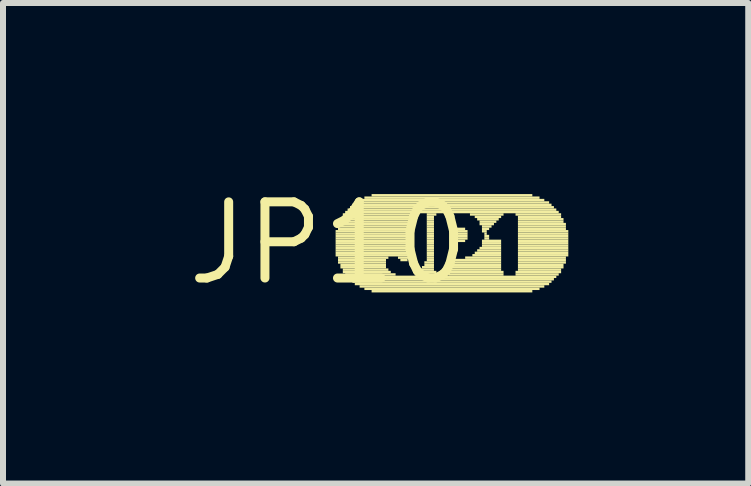
<source format=kicad_pcb>
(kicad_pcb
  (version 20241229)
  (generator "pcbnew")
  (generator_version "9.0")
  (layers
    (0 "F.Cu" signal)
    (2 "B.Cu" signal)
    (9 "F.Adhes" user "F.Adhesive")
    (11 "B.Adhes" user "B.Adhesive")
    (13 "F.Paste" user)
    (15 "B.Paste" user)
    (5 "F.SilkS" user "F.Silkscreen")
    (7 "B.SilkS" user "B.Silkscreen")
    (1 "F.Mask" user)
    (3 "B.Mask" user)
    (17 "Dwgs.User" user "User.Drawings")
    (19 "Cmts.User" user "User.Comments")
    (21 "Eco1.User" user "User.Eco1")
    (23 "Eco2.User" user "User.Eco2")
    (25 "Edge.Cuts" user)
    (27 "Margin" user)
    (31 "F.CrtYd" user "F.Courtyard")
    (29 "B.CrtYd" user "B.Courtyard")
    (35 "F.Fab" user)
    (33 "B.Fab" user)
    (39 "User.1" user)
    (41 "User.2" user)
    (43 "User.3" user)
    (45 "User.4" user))
  (footprint "JP10"
    (layer "F.Cu")
    (at 2.426 1.006)
    (property "Reference" "JP10" (at 0 0 0) (layer "F.SilkS") (effects (font (size 1.27 1.27) (thickness 0.15))))
    (attr through_hole)
    (fp_poly (pts (xy 0.12 -0.18) (xy 1.4 -0.18) (xy 1.4 -0.22) (xy 0.12 -0.22)) (stroke (width 0) (type solid)) (fill yes) (layer "F.SilkS"))
    (fp_poly (pts (xy 0.12 -0.14) (xy 1.4 -0.14) (xy 1.4 -0.18) (xy 0.12 -0.18)) (stroke (width 0) (type solid)) (fill yes) (layer "F.SilkS"))
    (fp_poly (pts (xy 0.12 -0.1) (xy 1.4 -0.1) (xy 1.4 -0.14) (xy 0.12 -0.14)) (stroke (width 0) (type solid)) (fill yes) (layer "F.SilkS"))
    (fp_poly (pts (xy 0.12 -0.06) (xy 1.4 -0.06) (xy 1.4 -0.1) (xy 0.12 -0.1)) (stroke (width 0) (type solid)) (fill yes) (layer "F.SilkS"))
    (fp_poly (pts (xy 0.12 -0.02) (xy 1.4 -0.02) (xy 1.4 -0.06) (xy 0.12 -0.06)) (stroke (width 0) (type solid)) (fill yes) (layer "F.SilkS"))
    (fp_poly (pts (xy 0.12 0.02) (xy 1.4 0.02) (xy 1.4 -0.02) (xy 0.12 -0.02)) (stroke (width 0) (type solid)) (fill yes) (layer "F.SilkS"))
    (fp_poly (pts (xy 0.12 0.06) (xy 1.4 0.06) (xy 1.4 0.02) (xy 0.12 0.02)) (stroke (width 0) (type solid)) (fill yes) (layer "F.SilkS"))
    (fp_poly (pts (xy 0.12 0.1) (xy 1.4 0.1) (xy 1.4 0.06) (xy 0.12 0.06)) (stroke (width 0) (type solid)) (fill yes) (layer "F.SilkS"))
    (fp_poly (pts (xy 0.12 0.14) (xy 1.4 0.14) (xy 1.4 0.1) (xy 0.12 0.1)) (stroke (width 0) (type solid)) (fill yes) (layer "F.SilkS"))
    (fp_poly (pts (xy 0.12 0.18) (xy 1.4 0.18) (xy 1.4 0.14) (xy 0.12 0.14)) (stroke (width 0) (type solid)) (fill yes) (layer "F.SilkS"))
    (fp_poly (pts (xy 0.12 0.22) (xy 1.4 0.22) (xy 1.4 0.18) (xy 0.12 0.18)) (stroke (width 0) (type solid)) (fill yes) (layer "F.SilkS"))
    (fp_poly (pts (xy 0.16 -0.3) (xy 1.4 -0.3) (xy 1.4 -0.34) (xy 0.16 -0.34)) (stroke (width 0) (type solid)) (fill yes) (layer "F.SilkS"))
    (fp_poly (pts (xy 0.16 -0.26) (xy 1.4 -0.26) (xy 1.4 -0.3) (xy 0.16 -0.3)) (stroke (width 0) (type solid)) (fill yes) (layer "F.SilkS"))
    (fp_poly (pts (xy 0.16 -0.22) (xy 1.4 -0.22) (xy 1.4 -0.26) (xy 0.16 -0.26)) (stroke (width 0) (type solid)) (fill yes) (layer "F.SilkS"))
    (fp_poly (pts (xy 0.16 0.26) (xy 1 0.26) (xy 1 0.22) (xy 0.16 0.22)) (stroke (width 0) (type solid)) (fill yes) (layer "F.SilkS"))
    (fp_poly (pts (xy 0.16 0.3) (xy 0.96 0.3) (xy 0.96 0.26) (xy 0.16 0.26)) (stroke (width 0) (type solid)) (fill yes) (layer "F.SilkS"))
    (fp_poly (pts (xy 0.16 0.34) (xy 0.96 0.34) (xy 0.96 0.3) (xy 0.16 0.3)) (stroke (width 0) (type solid)) (fill yes) (layer "F.SilkS"))
    (fp_poly (pts (xy 0.2 -0.38) (xy 1.4 -0.38) (xy 1.4 -0.42) (xy 0.2 -0.42)) (stroke (width 0) (type solid)) (fill yes) (layer "F.SilkS"))
    (fp_poly (pts (xy 0.2 -0.34) (xy 1.4 -0.34) (xy 1.4 -0.38) (xy 0.2 -0.38)) (stroke (width 0) (type solid)) (fill yes) (layer "F.SilkS"))
    (fp_poly (pts (xy 0.2 0.38) (xy 0.96 0.38) (xy 0.96 0.34) (xy 0.2 0.34)) (stroke (width 0) (type solid)) (fill yes) (layer "F.SilkS"))
    (fp_poly (pts (xy 0.2 0.42) (xy 0.96 0.42) (xy 0.96 0.38) (xy 0.2 0.38)) (stroke (width 0) (type solid)) (fill yes) (layer "F.SilkS"))
    (fp_poly (pts (xy 0.24 -0.46) (xy 1.44 -0.46) (xy 1.44 -0.5) (xy 0.24 -0.5)) (stroke (width 0) (type solid)) (fill yes) (layer "F.SilkS"))
    (fp_poly (pts (xy 0.24 -0.42) (xy 1.4 -0.42) (xy 1.4 -0.46) (xy 0.24 -0.46)) (stroke (width 0) (type solid)) (fill yes) (layer "F.SilkS"))
    (fp_poly (pts (xy 0.24 0.46) (xy 1 0.46) (xy 1 0.42) (xy 0.24 0.42)) (stroke (width 0) (type solid)) (fill yes) (layer "F.SilkS"))
    (fp_poly (pts (xy 0.24 0.5) (xy 1.04 0.5) (xy 1.04 0.46) (xy 0.24 0.46)) (stroke (width 0) (type solid)) (fill yes) (layer "F.SilkS"))
    (fp_poly (pts (xy 0.28 -0.5) (xy 3.84 -0.5) (xy 3.84 -0.54) (xy 0.28 -0.54)) (stroke (width 0) (type solid)) (fill yes) (layer "F.SilkS"))
    (fp_poly (pts (xy 0.28 0.54) (xy 1.12 0.54) (xy 1.12 0.5) (xy 0.28 0.5)) (stroke (width 0) (type solid)) (fill yes) (layer "F.SilkS"))
    (fp_poly (pts (xy 0.32 -0.54) (xy 3.8 -0.54) (xy 3.8 -0.58) (xy 0.32 -0.58)) (stroke (width 0) (type solid)) (fill yes) (layer "F.SilkS"))
    (fp_poly (pts (xy 0.32 0.58) (xy 3.8 0.58) (xy 3.8 0.54) (xy 0.32 0.54)) (stroke (width 0) (type solid)) (fill yes) (layer "F.SilkS"))
    (fp_poly (pts (xy 0.36 -0.58) (xy 3.76 -0.58) (xy 3.76 -0.62) (xy 0.36 -0.62)) (stroke (width 0) (type solid)) (fill yes) (layer "F.SilkS"))
    (fp_poly (pts (xy 0.36 0.62) (xy 3.76 0.62) (xy 3.76 0.58) (xy 0.36 0.58)) (stroke (width 0) (type solid)) (fill yes) (layer "F.SilkS"))
    (fp_poly (pts (xy 0.4 -0.62) (xy 3.72 -0.62) (xy 3.72 -0.66) (xy 0.4 -0.66)) (stroke (width 0) (type solid)) (fill yes) (layer "F.SilkS"))
    (fp_poly (pts (xy 0.4 0.66) (xy 3.72 0.66) (xy 3.72 0.62) (xy 0.4 0.62)) (stroke (width 0) (type solid)) (fill yes) (layer "F.SilkS"))
    (fp_poly (pts (xy 0.44 -0.66) (xy 3.68 -0.66) (xy 3.68 -0.7) (xy 0.44 -0.7)) (stroke (width 0) (type solid)) (fill yes) (layer "F.SilkS"))
    (fp_poly (pts (xy 0.44 0.7) (xy 3.68 0.7) (xy 3.68 0.66) (xy 0.44 0.66)) (stroke (width 0) (type solid)) (fill yes) (layer "F.SilkS"))
    (fp_poly (pts (xy 0.52 -0.7) (xy 3.6 -0.7) (xy 3.6 -0.74) (xy 0.52 -0.74)) (stroke (width 0) (type solid)) (fill yes) (layer "F.SilkS"))
    (fp_poly (pts (xy 0.52 0.74) (xy 3.6 0.74) (xy 3.6 0.7) (xy 0.52 0.7)) (stroke (width 0) (type solid)) (fill yes) (layer "F.SilkS"))
    (fp_poly (pts (xy 0.6 -0.74) (xy 3.52 -0.74) (xy 3.52 -0.78) (xy 0.6 -0.78)) (stroke (width 0) (type solid)) (fill yes) (layer "F.SilkS"))
    (fp_poly (pts (xy 0.6 0.78) (xy 3.52 0.78) (xy 3.52 0.74) (xy 0.6 0.74)) (stroke (width 0) (type solid)) (fill yes) (layer "F.SilkS"))
    (fp_poly (pts (xy 0.72 -0.78) (xy 3.4 -0.78) (xy 3.4 -0.82) (xy 0.72 -0.82)) (stroke (width 0) (type solid)) (fill yes) (layer "F.SilkS"))
    (fp_poly (pts (xy 0.72 0.82) (xy 3.4 0.82) (xy 3.4 0.78) (xy 0.72 0.78)) (stroke (width 0) (type solid)) (fill yes) (layer "F.SilkS"))
    (fp_poly (pts (xy 1.16 0.26) (xy 1.4 0.26) (xy 1.4 0.22) (xy 1.16 0.22)) (stroke (width 0) (type solid)) (fill yes) (layer "F.SilkS"))
    (fp_poly (pts (xy 1.2 0.3) (xy 1.32 0.3) (xy 1.32 0.26) (xy 1.2 0.26)) (stroke (width 0) (type solid)) (fill yes) (layer "F.SilkS"))
    (fp_poly (pts (xy 1.44 0.54) (xy 1.8 0.54) (xy 1.8 0.5) (xy 1.44 0.5)) (stroke (width 0) (type solid)) (fill yes) (layer "F.SilkS"))
    (fp_poly (pts (xy 1.48 0.5) (xy 1.8 0.5) (xy 1.8 0.46) (xy 1.48 0.46)) (stroke (width 0) (type solid)) (fill yes) (layer "F.SilkS"))
    (fp_poly (pts (xy 1.52 0.46) (xy 1.76 0.46) (xy 1.76 0.42) (xy 1.52 0.42)) (stroke (width 0) (type solid)) (fill yes) (layer "F.SilkS"))
    (fp_poly (pts (xy 1.56 0.42) (xy 1.76 0.42) (xy 1.76 0.38) (xy 1.56 0.38)) (stroke (width 0) (type solid)) (fill yes) (layer "F.SilkS"))
    (fp_poly (pts (xy 1.6 0.34) (xy 1.76 0.34) (xy 1.76 0.3) (xy 1.6 0.3)) (stroke (width 0) (type solid)) (fill yes) (layer "F.SilkS"))
    (fp_poly (pts (xy 1.6 0.38) (xy 1.76 0.38) (xy 1.76 0.34) (xy 1.6 0.34)) (stroke (width 0) (type solid)) (fill yes) (layer "F.SilkS"))
    (fp_poly (pts (xy 1.64 -0.46) (xy 1.8 -0.46) (xy 1.8 -0.5) (xy 1.64 -0.5)) (stroke (width 0) (type solid)) (fill yes) (layer "F.SilkS"))
    (fp_poly (pts (xy 1.64 -0.42) (xy 1.76 -0.42) (xy 1.76 -0.46) (xy 1.64 -0.46)) (stroke (width 0) (type solid)) (fill yes) (layer "F.SilkS"))
    (fp_poly (pts (xy 1.64 -0.38) (xy 1.76 -0.38) (xy 1.76 -0.42) (xy 1.64 -0.42)) (stroke (width 0) (type solid)) (fill yes) (layer "F.SilkS"))
    (fp_poly (pts (xy 1.64 -0.34) (xy 1.76 -0.34) (xy 1.76 -0.38) (xy 1.64 -0.38)) (stroke (width 0) (type solid)) (fill yes) (layer "F.SilkS"))
    (fp_poly (pts (xy 1.64 -0.3) (xy 1.76 -0.3) (xy 1.76 -0.34) (xy 1.64 -0.34)) (stroke (width 0) (type solid)) (fill yes) (layer "F.SilkS"))
    (fp_poly (pts (xy 1.64 -0.26) (xy 1.76 -0.26) (xy 1.76 -0.3) (xy 1.64 -0.3)) (stroke (width 0) (type solid)) (fill yes) (layer "F.SilkS"))
    (fp_poly (pts (xy 1.64 -0.22) (xy 1.76 -0.22) (xy 1.76 -0.26) (xy 1.64 -0.26)) (stroke (width 0) (type solid)) (fill yes) (layer "F.SilkS"))
    (fp_poly (pts (xy 1.64 -0.18) (xy 1.76 -0.18) (xy 1.76 -0.22) (xy 1.64 -0.22)) (stroke (width 0) (type solid)) (fill yes) (layer "F.SilkS"))
    (fp_poly (pts (xy 1.64 -0.14) (xy 1.76 -0.14) (xy 1.76 -0.18) (xy 1.64 -0.18)) (stroke (width 0) (type solid)) (fill yes) (layer "F.SilkS"))
    (fp_poly (pts (xy 1.64 -0.1) (xy 1.76 -0.1) (xy 1.76 -0.14) (xy 1.64 -0.14)) (stroke (width 0) (type solid)) (fill yes) (layer "F.SilkS"))
    (fp_poly (pts (xy 1.64 -0.06) (xy 1.76 -0.06) (xy 1.76 -0.1) (xy 1.64 -0.1)) (stroke (width 0) (type solid)) (fill yes) (layer "F.SilkS"))
    (fp_poly (pts (xy 1.64 -0.02) (xy 1.76 -0.02) (xy 1.76 -0.06) (xy 1.64 -0.06)) (stroke (width 0) (type solid)) (fill yes) (layer "F.SilkS"))
    (fp_poly (pts (xy 1.64 0.02) (xy 1.76 0.02) (xy 1.76 -0.02) (xy 1.64 -0.02)) (stroke (width 0) (type solid)) (fill yes) (layer "F.SilkS"))
    (fp_poly (pts (xy 1.64 0.06) (xy 1.76 0.06) (xy 1.76 0.02) (xy 1.64 0.02)) (stroke (width 0) (type solid)) (fill yes) (layer "F.SilkS"))
    (fp_poly (pts (xy 1.64 0.1) (xy 1.76 0.1) (xy 1.76 0.06) (xy 1.64 0.06)) (stroke (width 0) (type solid)) (fill yes) (layer "F.SilkS"))
    (fp_poly (pts (xy 1.64 0.14) (xy 1.76 0.14) (xy 1.76 0.1) (xy 1.64 0.1)) (stroke (width 0) (type solid)) (fill yes) (layer "F.SilkS"))
    (fp_poly (pts (xy 1.64 0.18) (xy 1.76 0.18) (xy 1.76 0.14) (xy 1.64 0.14)) (stroke (width 0) (type solid)) (fill yes) (layer "F.SilkS"))
    (fp_poly (pts (xy 1.64 0.22) (xy 1.76 0.22) (xy 1.76 0.18) (xy 1.64 0.18)) (stroke (width 0) (type solid)) (fill yes) (layer "F.SilkS"))
    (fp_poly (pts (xy 1.64 0.26) (xy 1.76 0.26) (xy 1.76 0.22) (xy 1.64 0.22)) (stroke (width 0) (type solid)) (fill yes) (layer "F.SilkS"))
    (fp_poly (pts (xy 1.64 0.3) (xy 1.76 0.3) (xy 1.76 0.26) (xy 1.64 0.26)) (stroke (width 0) (type solid)) (fill yes) (layer "F.SilkS"))
    (fp_poly (pts (xy 2 0.5) (xy 2.92 0.5) (xy 2.92 0.46) (xy 2 0.46)) (stroke (width 0) (type solid)) (fill yes) (layer "F.SilkS"))
    (fp_poly (pts (xy 2 0.54) (xy 2.92 0.54) (xy 2.92 0.5) (xy 2 0.5)) (stroke (width 0) (type solid)) (fill yes) (layer "F.SilkS"))
    (fp_poly (pts (xy 2.04 -0.22) (xy 2.28 -0.22) (xy 2.28 -0.26) (xy 2.04 -0.26)) (stroke (width 0) (type solid)) (fill yes) (layer "F.SilkS"))
    (fp_poly (pts (xy 2.04 -0.18) (xy 2.32 -0.18) (xy 2.32 -0.22) (xy 2.04 -0.22)) (stroke (width 0) (type solid)) (fill yes) (layer "F.SilkS"))
    (fp_poly (pts (xy 2.04 -0.14) (xy 2.32 -0.14) (xy 2.32 -0.18) (xy 2.04 -0.18)) (stroke (width 0) (type solid)) (fill yes) (layer "F.SilkS"))
    (fp_poly (pts (xy 2.04 -0.1) (xy 2.32 -0.1) (xy 2.32 -0.14) (xy 2.04 -0.14)) (stroke (width 0) (type solid)) (fill yes) (layer "F.SilkS"))
    (fp_poly (pts (xy 2.04 -0.06) (xy 2.32 -0.06) (xy 2.32 -0.1) (xy 2.04 -0.1)) (stroke (width 0) (type solid)) (fill yes) (layer "F.SilkS"))
    (fp_poly (pts (xy 2.04 -0.02) (xy 2.28 -0.02) (xy 2.28 -0.06) (xy 2.04 -0.06)) (stroke (width 0) (type solid)) (fill yes) (layer "F.SilkS"))
    (fp_poly (pts (xy 2.04 0.3) (xy 2.88 0.3) (xy 2.88 0.26) (xy 2.04 0.26)) (stroke (width 0) (type solid)) (fill yes) (layer "F.SilkS"))
    (fp_poly (pts (xy 2.04 0.34) (xy 2.88 0.34) (xy 2.88 0.3) (xy 2.04 0.3)) (stroke (width 0) (type solid)) (fill yes) (layer "F.SilkS"))
    (fp_poly (pts (xy 2.04 0.38) (xy 2.88 0.38) (xy 2.88 0.34) (xy 2.04 0.34)) (stroke (width 0) (type solid)) (fill yes) (layer "F.SilkS"))
    (fp_poly (pts (xy 2.04 0.42) (xy 2.88 0.42) (xy 2.88 0.38) (xy 2.04 0.38)) (stroke (width 0) (type solid)) (fill yes) (layer "F.SilkS"))
    (fp_poly (pts (xy 2.04 0.46) (xy 2.88 0.46) (xy 2.88 0.42) (xy 2.04 0.42)) (stroke (width 0) (type solid)) (fill yes) (layer "F.SilkS"))
    (fp_poly (pts (xy 2.28 0.26) (xy 2.88 0.26) (xy 2.88 0.22) (xy 2.28 0.22)) (stroke (width 0) (type solid)) (fill yes) (layer "F.SilkS"))
    (fp_poly (pts (xy 2.36 -0.46) (xy 2.92 -0.46) (xy 2.92 -0.5) (xy 2.36 -0.5)) (stroke (width 0) (type solid)) (fill yes) (layer "F.SilkS"))
    (fp_poly (pts (xy 2.4 0.22) (xy 2.88 0.22) (xy 2.88 0.18) (xy 2.4 0.18)) (stroke (width 0) (type solid)) (fill yes) (layer "F.SilkS"))
    (fp_poly (pts (xy 2.44 -0.42) (xy 2.88 -0.42) (xy 2.88 -0.46) (xy 2.44 -0.46)) (stroke (width 0) (type solid)) (fill yes) (layer "F.SilkS"))
    (fp_poly (pts (xy 2.44 0.18) (xy 2.88 0.18) (xy 2.88 0.14) (xy 2.44 0.14)) (stroke (width 0) (type solid)) (fill yes) (layer "F.SilkS"))
    (fp_poly (pts (xy 2.48 -0.38) (xy 2.84 -0.38) (xy 2.84 -0.42) (xy 2.48 -0.42)) (stroke (width 0) (type solid)) (fill yes) (layer "F.SilkS"))
    (fp_poly (pts (xy 2.48 0.14) (xy 2.88 0.14) (xy 2.88 0.1) (xy 2.48 0.1)) (stroke (width 0) (type solid)) (fill yes) (layer "F.SilkS"))
    (fp_poly (pts (xy 2.52 -0.34) (xy 2.8 -0.34) (xy 2.8 -0.38) (xy 2.52 -0.38)) (stroke (width 0) (type solid)) (fill yes) (layer "F.SilkS"))
    (fp_poly (pts (xy 2.52 -0.3) (xy 2.76 -0.3) (xy 2.76 -0.34) (xy 2.52 -0.34)) (stroke (width 0) (type solid)) (fill yes) (layer "F.SilkS"))
    (fp_poly (pts (xy 2.52 0.1) (xy 2.88 0.1) (xy 2.88 0.06) (xy 2.52 0.06)) (stroke (width 0) (type solid)) (fill yes) (layer "F.SilkS"))
    (fp_poly (pts (xy 2.56 -0.26) (xy 2.72 -0.26) (xy 2.72 -0.3) (xy 2.56 -0.3)) (stroke (width 0) (type solid)) (fill yes) (layer "F.SilkS"))
    (fp_poly (pts (xy 2.56 -0.22) (xy 2.68 -0.22) (xy 2.68 -0.26) (xy 2.56 -0.26)) (stroke (width 0) (type solid)) (fill yes) (layer "F.SilkS"))
    (fp_poly (pts (xy 2.56 -0.18) (xy 2.64 -0.18) (xy 2.64 -0.22) (xy 2.56 -0.22)) (stroke (width 0) (type solid)) (fill yes) (layer "F.SilkS"))
    (fp_poly (pts (xy 2.56 -0.02) (xy 2.88 -0.02) (xy 2.88 -0.06) (xy 2.56 -0.06)) (stroke (width 0) (type solid)) (fill yes) (layer "F.SilkS"))
    (fp_poly (pts (xy 2.56 0.02) (xy 2.88 0.02) (xy 2.88 -0.02) (xy 2.56 -0.02)) (stroke (width 0) (type solid)) (fill yes) (layer "F.SilkS"))
    (fp_poly (pts (xy 2.56 0.06) (xy 2.88 0.06) (xy 2.88 0.02) (xy 2.56 0.02)) (stroke (width 0) (type solid)) (fill yes) (layer "F.SilkS"))
    (fp_poly (pts (xy 2.6 -0.14) (xy 2.64 -0.14) (xy 2.64 -0.18) (xy 2.6 -0.18)) (stroke (width 0) (type solid)) (fill yes) (layer "F.SilkS"))
    (fp_poly (pts (xy 2.6 -0.1) (xy 2.68 -0.1) (xy 2.68 -0.14) (xy 2.6 -0.14)) (stroke (width 0) (type solid)) (fill yes) (layer "F.SilkS"))
    (fp_poly (pts (xy 2.6 -0.06) (xy 2.68 -0.06) (xy 2.68 -0.1) (xy 2.6 -0.1)) (stroke (width 0) (type solid)) (fill yes) (layer "F.SilkS"))
    (fp_poly (pts (xy 3.12 -0.46) (xy 3.88 -0.46) (xy 3.88 -0.5) (xy 3.12 -0.5)) (stroke (width 0) (type solid)) (fill yes) (layer "F.SilkS"))
    (fp_poly (pts (xy 3.12 0.5) (xy 3.88 0.5) (xy 3.88 0.46) (xy 3.12 0.46)) (stroke (width 0) (type solid)) (fill yes) (layer "F.SilkS"))
    (fp_poly (pts (xy 3.12 0.54) (xy 3.84 0.54) (xy 3.84 0.5) (xy 3.12 0.5)) (stroke (width 0) (type solid)) (fill yes) (layer "F.SilkS"))
    (fp_poly (pts (xy 3.16 -0.42) (xy 3.88 -0.42) (xy 3.88 -0.46) (xy 3.16 -0.46)) (stroke (width 0) (type solid)) (fill yes) (layer "F.SilkS"))
    (fp_poly (pts (xy 3.16 -0.38) (xy 3.92 -0.38) (xy 3.92 -0.42) (xy 3.16 -0.42)) (stroke (width 0) (type solid)) (fill yes) (layer "F.SilkS"))
    (fp_poly (pts (xy 3.16 -0.34) (xy 3.92 -0.34) (xy 3.92 -0.38) (xy 3.16 -0.38)) (stroke (width 0) (type solid)) (fill yes) (layer "F.SilkS"))
    (fp_poly (pts (xy 3.16 -0.3) (xy 3.96 -0.3) (xy 3.96 -0.34) (xy 3.16 -0.34)) (stroke (width 0) (type solid)) (fill yes) (layer "F.SilkS"))
    (fp_poly (pts (xy 3.16 -0.26) (xy 3.96 -0.26) (xy 3.96 -0.3) (xy 3.16 -0.3)) (stroke (width 0) (type solid)) (fill yes) (layer "F.SilkS"))
    (fp_poly (pts (xy 3.16 -0.22) (xy 3.96 -0.22) (xy 3.96 -0.26) (xy 3.16 -0.26)) (stroke (width 0) (type solid)) (fill yes) (layer "F.SilkS"))
    (fp_poly (pts (xy 3.16 -0.18) (xy 4 -0.18) (xy 4 -0.22) (xy 3.16 -0.22)) (stroke (width 0) (type solid)) (fill yes) (layer "F.SilkS"))
    (fp_poly (pts (xy 3.16 -0.14) (xy 4 -0.14) (xy 4 -0.18) (xy 3.16 -0.18)) (stroke (width 0) (type solid)) (fill yes) (layer "F.SilkS"))
    (fp_poly (pts (xy 3.16 -0.1) (xy 4 -0.1) (xy 4 -0.14) (xy 3.16 -0.14)) (stroke (width 0) (type solid)) (fill yes) (layer "F.SilkS"))
    (fp_poly (pts (xy 3.16 -0.06) (xy 4 -0.06) (xy 4 -0.1) (xy 3.16 -0.1)) (stroke (width 0) (type solid)) (fill yes) (layer "F.SilkS"))
    (fp_poly (pts (xy 3.16 -0.02) (xy 4 -0.02) (xy 4 -0.06) (xy 3.16 -0.06)) (stroke (width 0) (type solid)) (fill yes) (layer "F.SilkS"))
    (fp_poly (pts (xy 3.16 0.02) (xy 4 0.02) (xy 4 -0.02) (xy 3.16 -0.02)) (stroke (width 0) (type solid)) (fill yes) (layer "F.SilkS"))
    (fp_poly (pts (xy 3.16 0.06) (xy 4 0.06) (xy 4 0.02) (xy 3.16 0.02)) (stroke (width 0) (type solid)) (fill yes) (layer "F.SilkS"))
    (fp_poly (pts (xy 3.16 0.1) (xy 4 0.1) (xy 4 0.06) (xy 3.16 0.06)) (stroke (width 0) (type solid)) (fill yes) (layer "F.SilkS"))
    (fp_poly (pts (xy 3.16 0.14) (xy 4 0.14) (xy 4 0.1) (xy 3.16 0.1)) (stroke (width 0) (type solid)) (fill yes) (layer "F.SilkS"))
    (fp_poly (pts (xy 3.16 0.18) (xy 4 0.18) (xy 4 0.14) (xy 3.16 0.14)) (stroke (width 0) (type solid)) (fill yes) (layer "F.SilkS"))
    (fp_poly (pts (xy 3.16 0.22) (xy 4 0.22) (xy 4 0.18) (xy 3.16 0.18)) (stroke (width 0) (type solid)) (fill yes) (layer "F.SilkS"))
    (fp_poly (pts (xy 3.16 0.26) (xy 3.96 0.26) (xy 3.96 0.22) (xy 3.16 0.22)) (stroke (width 0) (type solid)) (fill yes) (layer "F.SilkS"))
    (fp_poly (pts (xy 3.16 0.3) (xy 3.96 0.3) (xy 3.96 0.26) (xy 3.16 0.26)) (stroke (width 0) (type solid)) (fill yes) (layer "F.SilkS"))
    (fp_poly (pts (xy 3.16 0.34) (xy 3.96 0.34) (xy 3.96 0.3) (xy 3.16 0.3)) (stroke (width 0) (type solid)) (fill yes) (layer "F.SilkS"))
    (fp_poly (pts (xy 3.16 0.38) (xy 3.92 0.38) (xy 3.92 0.34) (xy 3.16 0.34)) (stroke (width 0) (type solid)) (fill yes) (layer "F.SilkS"))
    (fp_poly (pts (xy 3.16 0.42) (xy 3.92 0.42) (xy 3.92 0.38) (xy 3.16 0.38)) (stroke (width 0) (type solid)) (fill yes) (layer "F.SilkS"))
    (fp_poly (pts (xy 3.16 0.46) (xy 3.88 0.46) (xy 3.88 0.42) (xy 3.16 0.42)) (stroke (width 0) (type solid)) (fill yes) (layer "F.SilkS")))
  (gr_rect
    (start -3 -3)
    (end 9.426 5.012)
    (stroke (width 0.1) (type default))
    (fill no)
    (layer "Edge.Cuts")))
</source>
